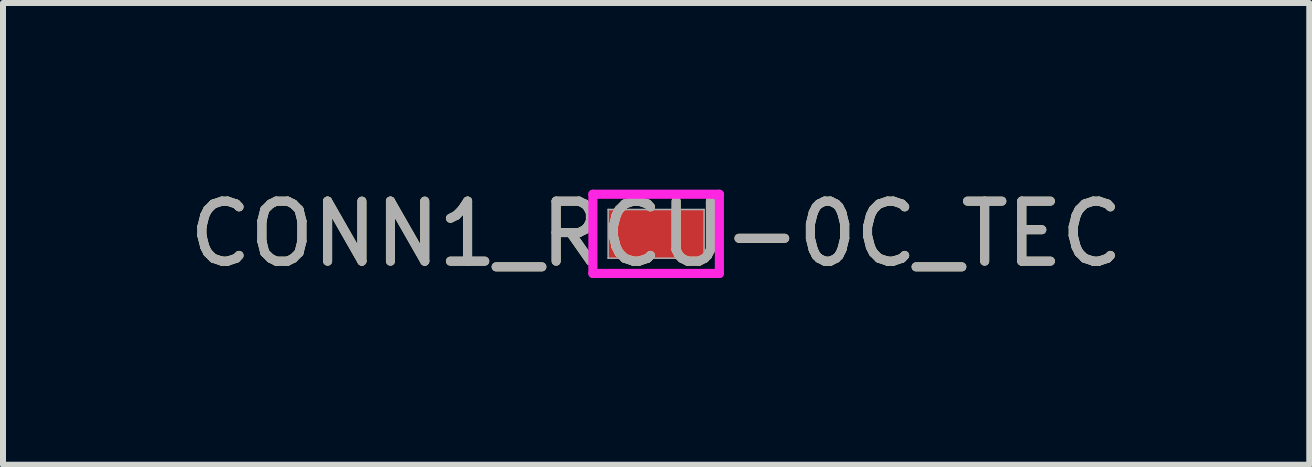
<source format=kicad_pcb>
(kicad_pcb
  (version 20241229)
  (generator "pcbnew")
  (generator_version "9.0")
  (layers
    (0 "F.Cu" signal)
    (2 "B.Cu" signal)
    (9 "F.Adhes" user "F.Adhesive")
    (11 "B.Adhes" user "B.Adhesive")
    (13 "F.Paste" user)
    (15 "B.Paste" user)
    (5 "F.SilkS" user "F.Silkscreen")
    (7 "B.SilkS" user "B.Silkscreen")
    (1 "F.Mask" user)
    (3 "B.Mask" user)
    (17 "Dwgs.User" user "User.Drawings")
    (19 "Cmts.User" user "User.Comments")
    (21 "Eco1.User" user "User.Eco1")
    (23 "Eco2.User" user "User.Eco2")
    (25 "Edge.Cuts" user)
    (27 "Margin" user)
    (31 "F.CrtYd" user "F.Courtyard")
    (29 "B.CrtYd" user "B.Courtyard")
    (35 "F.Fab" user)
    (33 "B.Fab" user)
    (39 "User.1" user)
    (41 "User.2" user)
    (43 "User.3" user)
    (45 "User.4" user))
  (footprint "CONN1_RCU-0C_TEC"
    (layer "F.Cu")
    (at 7.887 0.848)
    (property "Reference" "CONN1_RCU-0C_TEC" (at 0 0 0) (unlocked yes) (layer "F.SilkS") (effects (font (size 1 1) (thickness 0.15))))
    (attr smd)
    (fp_line (start -1.054 -0.66) (end -1.054 0.66) (stroke (width 0.152) (type solid)) (layer "F.CrtYd"))
    (fp_line (start -1.054 0.66) (end 1.054 0.66) (stroke (width 0.152) (type solid)) (layer "F.CrtYd"))
    (fp_line (start 1.054 -0.66) (end -1.054 -0.66) (stroke (width 0.152) (type solid)) (layer "F.CrtYd"))
    (fp_line (start 1.054 0.66) (end 1.054 -0.66) (stroke (width 0.152) (type solid)) (layer "F.CrtYd"))
    (fp_line (start -0.8 -0.406) (end -0.8 0.406) (stroke (width 0.025) (type solid)) (layer "F.Fab"))
    (fp_line (start -0.8 0.406) (end 0.8 0.406) (stroke (width 0.025) (type solid)) (layer "F.Fab"))
    (fp_line (start 0.8 -0.406) (end -0.8 -0.406) (stroke (width 0.025) (type solid)) (layer "F.Fab"))
    (fp_line (start 0.8 0.406) (end 0.8 -0.406) (stroke (width 0.025) (type solid)) (layer "F.Fab"))
    (fp_text user "${REFERENCE}" (at 0 0 0) (unlocked yes) (layer "F.Fab") (effects (font (size 1 1) (thickness 0.15))))
    (pad "1" smd rect (at 0 0) (size 1.6 0.813) (layers "F.Cu" "F.Mask" "F.Paste")))
  (gr_rect
    (start -3 -3)
    (end 18.774 4.697)
    (stroke (width 0.1) (type default))
    (fill no)
    (layer "Edge.Cuts")))
</source>
